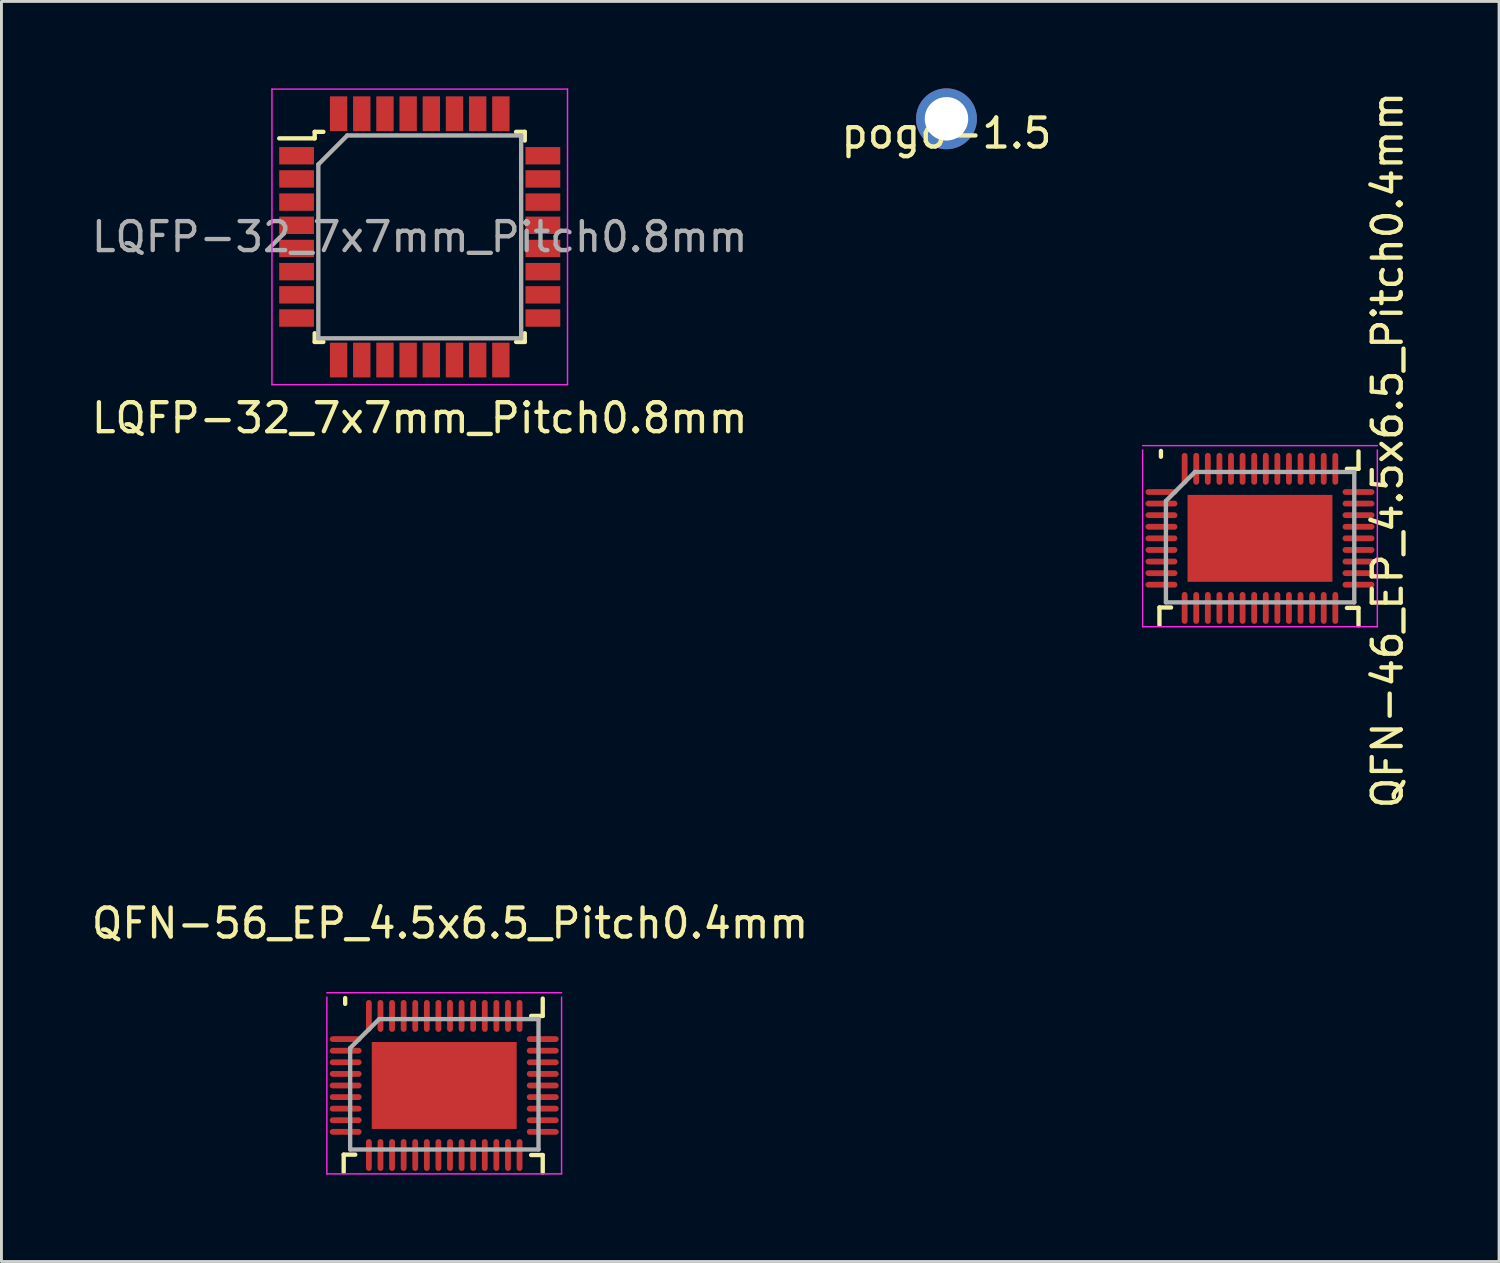
<source format=kicad_pcb>
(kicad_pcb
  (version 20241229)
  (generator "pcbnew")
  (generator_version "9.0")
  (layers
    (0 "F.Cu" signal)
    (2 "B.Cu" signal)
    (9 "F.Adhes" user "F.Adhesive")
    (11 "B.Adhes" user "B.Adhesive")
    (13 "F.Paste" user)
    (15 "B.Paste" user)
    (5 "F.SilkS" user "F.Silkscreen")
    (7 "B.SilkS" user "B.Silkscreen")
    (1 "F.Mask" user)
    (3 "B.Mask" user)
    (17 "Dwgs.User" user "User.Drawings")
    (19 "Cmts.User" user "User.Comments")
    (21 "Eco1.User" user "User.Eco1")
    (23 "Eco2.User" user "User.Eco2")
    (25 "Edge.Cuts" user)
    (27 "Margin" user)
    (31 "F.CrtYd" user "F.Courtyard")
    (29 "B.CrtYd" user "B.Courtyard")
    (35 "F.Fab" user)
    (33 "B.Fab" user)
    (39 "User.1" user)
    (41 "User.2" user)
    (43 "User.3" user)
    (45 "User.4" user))
  (footprint "QFN-46_EP_4.5x6.5_Pitch0.4mm"
    (layer "F.Cu")
    (at 40.434 15.532)
    (property "Reference" "QFN-46_EP_4.5x6.5_Pitch0.4mm" (at 4.4 -3.05 270) (layer "F.SilkS") (effects (font (size 1 1) (thickness 0.15))))
    (attr smd)
    (fp_line (start -3.471 2.383) (end -3.071 2.383) (stroke (width 0.15) (type solid)) (layer "F.SilkS"))
    (fp_line (start -3.471 2.983) (end -3.471 2.383) (stroke (width 0.15) (type solid)) (layer "F.SilkS"))
    (fp_line (start -3.42 -2.82) (end -3.42 -3.02) (stroke (width 0.15) (type solid)) (layer "F.SilkS"))
    (fp_line (start 3.398 -3.003) (end 3.398 -2.403) (stroke (width 0.15) (type solid)) (layer "F.SilkS"))
    (fp_line (start 3.398 -2.403) (end 2.998 -2.403) (stroke (width 0.15) (type solid)) (layer "F.SilkS"))
    (fp_line (start 3.398 2.397) (end 2.998 2.397) (stroke (width 0.15) (type solid)) (layer "F.SilkS"))
    (fp_line (start 3.398 2.997) (end 3.398 2.397) (stroke (width 0.15) (type solid)) (layer "F.SilkS"))
    (fp_line (start -4.052 -3.203) (end 4.048 -3.203) (stroke (width 0.05) (type solid)) (layer "F.CrtYd"))
    (fp_line (start -4.052 3.047) (end -4.052 -3.053) (stroke (width 0.05) (type solid)) (layer "F.CrtYd"))
    (fp_line (start 4.048 -3.053) (end 4.048 3.047) (stroke (width 0.05) (type solid)) (layer "F.CrtYd"))
    (fp_line (start 4.048 3.047) (end -4.052 3.047) (stroke (width 0.05) (type solid)) (layer "F.CrtYd"))
    (fp_line (start -3.248 -1.294) (end -2.248 -2.294) (stroke (width 0.15) (type solid)) (layer "F.Fab"))
    (fp_line (start -3.248 2.206) (end -3.248 -1.294) (stroke (width 0.15) (type solid)) (layer "F.Fab"))
    (fp_line (start -2.248 -2.294) (end 3.252 -2.294) (stroke (width 0.15) (type solid)) (layer "F.Fab"))
    (fp_line (start 3.252 -2.294) (end 3.252 2.206) (stroke (width 0.15) (type solid)) (layer "F.Fab"))
    (fp_line (start 3.252 2.206) (end -3.248 2.206) (stroke (width 0.15) (type solid)) (layer "F.Fab"))
    (pad "1" smd oval (at -3.402 -1.603 90) (size 0.2 1.1) (layers "F.Cu" "F.Mask" "F.Paste"))
    (pad "2" smd oval (at -3.402 -1.203 90) (size 0.2 1.1) (layers "F.Cu" "F.Mask" "F.Paste"))
    (pad "3" smd oval (at -3.402 -0.803 90) (size 0.2 1.1) (layers "F.Cu" "F.Mask" "F.Paste"))
    (pad "4" smd oval (at -3.402 -0.403 90) (size 0.2 1.1) (layers "F.Cu" "F.Mask" "F.Paste"))
    (pad "5" smd oval (at -3.402 -0.003 90) (size 0.2 1.1) (layers "F.Cu" "F.Mask" "F.Paste"))
    (pad "6" smd oval (at -3.402 0.397 90) (size 0.2 1.1) (layers "F.Cu" "F.Mask" "F.Paste"))
    (pad "7" smd oval (at -3.402 0.797 90) (size 0.2 1.1) (layers "F.Cu" "F.Mask" "F.Paste"))
    (pad "8" smd oval (at -3.402 1.197 90) (size 0.2 1.1) (layers "F.Cu" "F.Mask" "F.Paste"))
    (pad "9" smd oval (at -3.402 1.597 90) (size 0.2 1.1) (layers "F.Cu" "F.Mask" "F.Paste"))
    (pad "10" smd oval (at -2.602 2.397 180) (size 0.2 1.1) (layers "F.Cu" "F.Mask" "F.Paste"))
    (pad "11" smd oval (at -2.202 2.397 180) (size 0.2 1.1) (layers "F.Cu" "F.Mask" "F.Paste"))
    (pad "12" smd oval (at -1.802 2.397 180) (size 0.2 1.1) (layers "F.Cu" "F.Mask" "F.Paste"))
    (pad "13" smd oval (at -1.402 2.397 180) (size 0.2 1.1) (layers "F.Cu" "F.Mask" "F.Paste"))
    (pad "14" smd oval (at -1.002 2.397 180) (size 0.2 1.1) (layers "F.Cu" "F.Mask" "F.Paste"))
    (pad "15" smd oval (at -0.602 2.397 180) (size 0.2 1.1) (layers "F.Cu" "F.Mask" "F.Paste"))
    (pad "16" smd oval (at -0.202 2.397 180) (size 0.2 1.1) (layers "F.Cu" "F.Mask" "F.Paste"))
    (pad "17" smd oval (at 0.198 2.397 180) (size 0.2 1.1) (layers "F.Cu" "F.Mask" "F.Paste"))
    (pad "18" smd oval (at 0.598 2.397 180) (size 0.2 1.1) (layers "F.Cu" "F.Mask" "F.Paste"))
    (pad "19" smd oval (at 0.998 2.397 180) (size 0.2 1.1) (layers "F.Cu" "F.Mask" "F.Paste"))
    (pad "20" smd oval (at 1.398 2.397 180) (size 0.2 1.1) (layers "F.Cu" "F.Mask" "F.Paste"))
    (pad "21" smd oval (at 1.798 2.397 180) (size 0.2 1.1) (layers "F.Cu" "F.Mask" "F.Paste"))
    (pad "22" smd oval (at 2.198 2.397 180) (size 0.2 1.1) (layers "F.Cu" "F.Mask" "F.Paste"))
    (pad "23" smd oval (at 2.598 2.397 180) (size 0.2 1.1) (layers "F.Cu" "F.Mask" "F.Paste"))
    (pad "24" smd oval (at 3.398 1.597 90) (size 0.2 1.1) (layers "F.Cu" "F.Mask" "F.Paste"))
    (pad "25" smd oval (at 3.398 1.197 90) (size 0.2 1.1) (layers "F.Cu" "F.Mask" "F.Paste"))
    (pad "26" smd oval (at 3.398 0.797 90) (size 0.2 1.1) (layers "F.Cu" "F.Mask" "F.Paste"))
    (pad "27" smd oval (at 3.398 0.397 90) (size 0.2 1.1) (layers "F.Cu" "F.Mask" "F.Paste"))
    (pad "28" smd oval (at 3.398 -0.003 90) (size 0.2 1.1) (layers "F.Cu" "F.Mask" "F.Paste"))
    (pad "29" smd oval (at 3.398 -0.403 90) (size 0.2 1.1) (layers "F.Cu" "F.Mask" "F.Paste"))
    (pad "30" smd oval (at 3.398 -0.803 90) (size 0.2 1.1) (layers "F.Cu" "F.Mask" "F.Paste"))
    (pad "31" smd oval (at 3.398 -1.203 90) (size 0.2 1.1) (layers "F.Cu" "F.Mask" "F.Paste"))
    (pad "32" smd oval (at 3.398 -1.603 90) (size 0.2 1.1) (layers "F.Cu" "F.Mask" "F.Paste"))
    (pad "33" smd oval (at 2.598 -2.403 180) (size 0.2 1.1) (layers "F.Cu" "F.Mask" "F.Paste"))
    (pad "34" smd oval (at 2.198 -2.403 180) (size 0.2 1.1) (layers "F.Cu" "F.Mask" "F.Paste"))
    (pad "35" smd oval (at 1.798 -2.403 180) (size 0.2 1.1) (layers "F.Cu" "F.Mask" "F.Paste"))
    (pad "36" smd oval (at 1.398 -2.403 180) (size 0.2 1.1) (layers "F.Cu" "F.Mask" "F.Paste"))
    (pad "37" smd oval (at 0.998 -2.403 180) (size 0.2 1.1) (layers "F.Cu" "F.Mask" "F.Paste"))
    (pad "38" smd oval (at 0.598 -2.403 180) (size 0.2 1.1) (layers "F.Cu" "F.Mask" "F.Paste"))
    (pad "39" smd oval (at 0.198 -2.403 180) (size 0.2 1.1) (layers "F.Cu" "F.Mask" "F.Paste"))
    (pad "40" smd oval (at -0.202 -2.403 180) (size 0.2 1.1) (layers "F.Cu" "F.Mask" "F.Paste"))
    (pad "41" smd oval (at -0.602 -2.403 180) (size 0.2 1.1) (layers "F.Cu" "F.Mask" "F.Paste"))
    (pad "42" smd oval (at -1.002 -2.403 180) (size 0.2 1.1) (layers "F.Cu" "F.Mask" "F.Paste"))
    (pad "43" smd oval (at -1.402 -2.403 180) (size 0.2 1.1) (layers "F.Cu" "F.Mask" "F.Paste"))
    (pad "44" smd oval (at -1.802 -2.403 180) (size 0.2 1.1) (layers "F.Cu" "F.Mask" "F.Paste"))
    (pad "45" smd oval (at -2.202 -2.403 180) (size 0.2 1.1) (layers "F.Cu" "F.Mask" "F.Paste"))
    (pad "46" smd oval (at -2.602 -2.403 180) (size 0.2 1.1) (layers "F.Cu" "F.Mask" "F.Paste"))
    (pad "47" smd rect (at -0.002 -0.003 90) (size 3 5) (layers "F.Cu" "F.Mask" "F.Paste")))
  (footprint "pogo-1.5"
    (layer "F.Cu")
    (at 29.613 1.05)
    (property "Reference" "pogo-1.5" (at 0 0.5 0) (layer "F.SilkS") (effects (font (size 1 1) (thickness 0.15))))
    (attr through_hole)
    (pad "1" thru_hole circle (at 0 0) (size 2.1 2.1) (drill 1.5) (layers "*.Cu" "*.Mask")))
  (footprint "LQFP-32_7x7mm_Pitch0.8mm"
    (layer "F.Cu")
    (at 11.435 5.125)
    (property "Reference" "LQFP-32_7x7mm_Pitch0.8mm" (at 0 6.25 0) (layer "F.SilkS") (effects (font (size 1 1) (thickness 0.15))))
    (attr smd)
    (fp_line (start -3.625 -3.625) (end -3.625 -3.4) (stroke (width 0.15) (type solid)) (layer "F.SilkS"))
    (fp_line (start -3.625 -3.625) (end -3.325 -3.625) (stroke (width 0.15) (type solid)) (layer "F.SilkS"))
    (fp_line (start -3.625 -3.4) (end -4.85 -3.4) (stroke (width 0.15) (type solid)) (layer "F.SilkS"))
    (fp_line (start -3.625 3.625) (end -3.625 3.325) (stroke (width 0.15) (type solid)) (layer "F.SilkS"))
    (fp_line (start -3.625 3.625) (end -3.325 3.625) (stroke (width 0.15) (type solid)) (layer "F.SilkS"))
    (fp_line (start 3.625 -3.625) (end 3.325 -3.625) (stroke (width 0.15) (type solid)) (layer "F.SilkS"))
    (fp_line (start 3.625 -3.625) (end 3.625 -3.325) (stroke (width 0.15) (type solid)) (layer "F.SilkS"))
    (fp_line (start 3.625 3.625) (end 3.325 3.625) (stroke (width 0.15) (type solid)) (layer "F.SilkS"))
    (fp_line (start 3.625 3.625) (end 3.625 3.325) (stroke (width 0.15) (type solid)) (layer "F.SilkS"))
    (fp_line (start -5.1 -5.1) (end -5.1 5.1) (stroke (width 0.05) (type solid)) (layer "F.CrtYd"))
    (fp_line (start -5.1 -5.1) (end 5.1 -5.1) (stroke (width 0.05) (type solid)) (layer "F.CrtYd"))
    (fp_line (start -5.1 5.1) (end 5.1 5.1) (stroke (width 0.05) (type solid)) (layer "F.CrtYd"))
    (fp_line (start 5.1 -5.1) (end 5.1 5.1) (stroke (width 0.05) (type solid)) (layer "F.CrtYd"))
    (fp_line (start -3.5 -2.5) (end -2.5 -3.5) (stroke (width 0.15) (type solid)) (layer "F.Fab"))
    (fp_line (start -3.5 3.5) (end -3.5 -2.5) (stroke (width 0.15) (type solid)) (layer "F.Fab"))
    (fp_line (start -2.5 -3.5) (end 3.5 -3.5) (stroke (width 0.15) (type solid)) (layer "F.Fab"))
    (fp_line (start 3.5 -3.5) (end 3.5 3.5) (stroke (width 0.15) (type solid)) (layer "F.Fab"))
    (fp_line (start 3.5 3.5) (end -3.5 3.5) (stroke (width 0.15) (type solid)) (layer "F.Fab"))
    (fp_text user "${REFERENCE}" (at 0 0 0) (layer "F.Fab") (effects (font (size 1 1) (thickness 0.15))))
    (pad "1" smd rect (at -4.25 -2.8) (size 1.2 0.6) (layers "F.Cu" "F.Mask" "F.Paste"))
    (pad "2" smd rect (at -4.25 -2) (size 1.2 0.6) (layers "F.Cu" "F.Mask" "F.Paste"))
    (pad "3" smd rect (at -4.25 -1.2) (size 1.2 0.6) (layers "F.Cu" "F.Mask" "F.Paste"))
    (pad "4" smd rect (at -4.25 -0.4) (size 1.2 0.6) (layers "F.Cu" "F.Mask" "F.Paste"))
    (pad "5" smd rect (at -4.25 0.4) (size 1.2 0.6) (layers "F.Cu" "F.Mask" "F.Paste"))
    (pad "6" smd rect (at -4.25 1.2) (size 1.2 0.6) (layers "F.Cu" "F.Mask" "F.Paste"))
    (pad "7" smd rect (at -4.25 2) (size 1.2 0.6) (layers "F.Cu" "F.Mask" "F.Paste"))
    (pad "8" smd rect (at -4.25 2.8) (size 1.2 0.6) (layers "F.Cu" "F.Mask" "F.Paste"))
    (pad "9" smd rect (at -2.8 4.25 90) (size 1.2 0.6) (layers "F.Cu" "F.Mask" "F.Paste"))
    (pad "10" smd rect (at -2 4.25 90) (size 1.2 0.6) (layers "F.Cu" "F.Mask" "F.Paste"))
    (pad "11" smd rect (at -1.2 4.25 90) (size 1.2 0.6) (layers "F.Cu" "F.Mask" "F.Paste"))
    (pad "12" smd rect (at -0.4 4.25 90) (size 1.2 0.6) (layers "F.Cu" "F.Mask" "F.Paste"))
    (pad "13" smd rect (at 0.4 4.25 90) (size 1.2 0.6) (layers "F.Cu" "F.Mask" "F.Paste"))
    (pad "14" smd rect (at 1.2 4.25 90) (size 1.2 0.6) (layers "F.Cu" "F.Mask" "F.Paste"))
    (pad "15" smd rect (at 2 4.25 90) (size 1.2 0.6) (layers "F.Cu" "F.Mask" "F.Paste"))
    (pad "16" smd rect (at 2.8 4.25 90) (size 1.2 0.6) (layers "F.Cu" "F.Mask" "F.Paste"))
    (pad "17" smd rect (at 4.25 2.8) (size 1.2 0.6) (layers "F.Cu" "F.Mask" "F.Paste"))
    (pad "18" smd rect (at 4.25 2) (size 1.2 0.6) (layers "F.Cu" "F.Mask" "F.Paste"))
    (pad "19" smd rect (at 4.25 1.2) (size 1.2 0.6) (layers "F.Cu" "F.Mask" "F.Paste"))
    (pad "20" smd rect (at 4.25 0.4) (size 1.2 0.6) (layers "F.Cu" "F.Mask" "F.Paste"))
    (pad "21" smd rect (at 4.25 -0.4) (size 1.2 0.6) (layers "F.Cu" "F.Mask" "F.Paste"))
    (pad "22" smd rect (at 4.25 -1.2) (size 1.2 0.6) (layers "F.Cu" "F.Mask" "F.Paste"))
    (pad "23" smd rect (at 4.25 -2) (size 1.2 0.6) (layers "F.Cu" "F.Mask" "F.Paste"))
    (pad "24" smd rect (at 4.25 -2.8) (size 1.2 0.6) (layers "F.Cu" "F.Mask" "F.Paste"))
    (pad "25" smd rect (at 2.8 -4.25 90) (size 1.2 0.6) (layers "F.Cu" "F.Mask" "F.Paste"))
    (pad "26" smd rect (at 2 -4.25 90) (size 1.2 0.6) (layers "F.Cu" "F.Mask" "F.Paste"))
    (pad "27" smd rect (at 1.2 -4.25 90) (size 1.2 0.6) (layers "F.Cu" "F.Mask" "F.Paste"))
    (pad "28" smd rect (at 0.4 -4.25 90) (size 1.2 0.6) (layers "F.Cu" "F.Mask" "F.Paste"))
    (pad "29" smd rect (at -0.4 -4.25 90) (size 1.2 0.6) (layers "F.Cu" "F.Mask" "F.Paste"))
    (pad "30" smd rect (at -1.2 -4.25 90) (size 1.2 0.6) (layers "F.Cu" "F.Mask" "F.Paste"))
    (pad "31" smd rect (at -2 -4.25 90) (size 1.2 0.6) (layers "F.Cu" "F.Mask" "F.Paste"))
    (pad "32" smd rect (at -2.8 -4.25 90) (size 1.2 0.6) (layers "F.Cu" "F.Mask" "F.Paste")))
  (footprint "QFN-56_EP_4.5x6.5_Pitch0.4mm"
    (layer "F.Cu")
    (at 12.282 34.413)
    (property "Reference" "QFN-56_EP_4.5x6.5_Pitch0.4mm" (at 0.2 -5.6 0) (layer "F.SilkS") (effects (font (size 1 1) (thickness 0.15))))
    (attr smd)
    (fp_line (start -3.471 2.383) (end -3.071 2.383) (stroke (width 0.15) (type solid)) (layer "F.SilkS"))
    (fp_line (start -3.471 2.983) (end -3.471 2.383) (stroke (width 0.15) (type solid)) (layer "F.SilkS"))
    (fp_line (start -3.42 -2.82) (end -3.42 -3.02) (stroke (width 0.15) (type solid)) (layer "F.SilkS"))
    (fp_line (start 3.398 -3.003) (end 3.398 -2.403) (stroke (width 0.15) (type solid)) (layer "F.SilkS"))
    (fp_line (start 3.398 -2.403) (end 2.998 -2.403) (stroke (width 0.15) (type solid)) (layer "F.SilkS"))
    (fp_line (start 3.398 2.397) (end 2.998 2.397) (stroke (width 0.15) (type solid)) (layer "F.SilkS"))
    (fp_line (start 3.398 2.997) (end 3.398 2.397) (stroke (width 0.15) (type solid)) (layer "F.SilkS"))
    (fp_line (start -4.052 -3.203) (end 4.048 -3.203) (stroke (width 0.05) (type solid)) (layer "F.CrtYd"))
    (fp_line (start -4.052 3.047) (end -4.052 -3.053) (stroke (width 0.05) (type solid)) (layer "F.CrtYd"))
    (fp_line (start 4.048 -3.053) (end 4.048 3.047) (stroke (width 0.05) (type solid)) (layer "F.CrtYd"))
    (fp_line (start 4.048 3.047) (end -4.052 3.047) (stroke (width 0.05) (type solid)) (layer "F.CrtYd"))
    (fp_line (start -3.248 -1.294) (end -2.248 -2.294) (stroke (width 0.15) (type solid)) (layer "F.Fab"))
    (fp_line (start -3.248 2.206) (end -3.248 -1.294) (stroke (width 0.15) (type solid)) (layer "F.Fab"))
    (fp_line (start -2.248 -2.294) (end 3.252 -2.294) (stroke (width 0.15) (type solid)) (layer "F.Fab"))
    (fp_line (start 3.252 -2.294) (end 3.252 2.206) (stroke (width 0.15) (type solid)) (layer "F.Fab"))
    (fp_line (start 3.252 2.206) (end -3.248 2.206) (stroke (width 0.15) (type solid)) (layer "F.Fab"))
    (pad "1" smd oval (at -3.402 -1.603 90) (size 0.2 1.1) (layers "F.Cu" "F.Mask" "F.Paste"))
    (pad "2" smd oval (at -3.402 -1.203 90) (size 0.2 1.1) (layers "F.Cu" "F.Mask" "F.Paste"))
    (pad "3" smd oval (at -3.402 -0.803 90) (size 0.2 1.1) (layers "F.Cu" "F.Mask" "F.Paste"))
    (pad "4" smd oval (at -3.402 -0.403 90) (size 0.2 1.1) (layers "F.Cu" "F.Mask" "F.Paste"))
    (pad "5" smd oval (at -3.402 -0.003 90) (size 0.2 1.1) (layers "F.Cu" "F.Mask" "F.Paste"))
    (pad "6" smd oval (at -3.402 0.397 90) (size 0.2 1.1) (layers "F.Cu" "F.Mask" "F.Paste"))
    (pad "7" smd oval (at -3.402 0.797 90) (size 0.2 1.1) (layers "F.Cu" "F.Mask" "F.Paste"))
    (pad "8" smd oval (at -3.402 1.197 90) (size 0.2 1.1) (layers "F.Cu" "F.Mask" "F.Paste"))
    (pad "9" smd oval (at -3.402 1.597 90) (size 0.2 1.1) (layers "F.Cu" "F.Mask" "F.Paste"))
    (pad "10" smd oval (at -2.602 2.397 180) (size 0.2 1.1) (layers "F.Cu" "F.Mask" "F.Paste"))
    (pad "11" smd oval (at -2.202 2.397 180) (size 0.2 1.1) (layers "F.Cu" "F.Mask" "F.Paste"))
    (pad "12" smd oval (at -1.802 2.397 180) (size 0.2 1.1) (layers "F.Cu" "F.Mask" "F.Paste"))
    (pad "13" smd oval (at -1.402 2.397 180) (size 0.2 1.1) (layers "F.Cu" "F.Mask" "F.Paste"))
    (pad "14" smd oval (at -1.002 2.397 180) (size 0.2 1.1) (layers "F.Cu" "F.Mask" "F.Paste"))
    (pad "15" smd oval (at -0.602 2.397 180) (size 0.2 1.1) (layers "F.Cu" "F.Mask" "F.Paste"))
    (pad "16" smd oval (at -0.202 2.397 180) (size 0.2 1.1) (layers "F.Cu" "F.Mask" "F.Paste"))
    (pad "17" smd oval (at 0.198 2.397 180) (size 0.2 1.1) (layers "F.Cu" "F.Mask" "F.Paste"))
    (pad "18" smd oval (at 0.598 2.397 180) (size 0.2 1.1) (layers "F.Cu" "F.Mask" "F.Paste"))
    (pad "19" smd oval (at 0.998 2.397 180) (size 0.2 1.1) (layers "F.Cu" "F.Mask" "F.Paste"))
    (pad "20" smd oval (at 1.398 2.397 180) (size 0.2 1.1) (layers "F.Cu" "F.Mask" "F.Paste"))
    (pad "21" smd oval (at 1.798 2.397 180) (size 0.2 1.1) (layers "F.Cu" "F.Mask" "F.Paste"))
    (pad "22" smd oval (at 2.198 2.397 180) (size 0.2 1.1) (layers "F.Cu" "F.Mask" "F.Paste"))
    (pad "23" smd oval (at 2.598 2.397 180) (size 0.2 1.1) (layers "F.Cu" "F.Mask" "F.Paste"))
    (pad "24" smd oval (at 3.398 1.597 90) (size 0.2 1.1) (layers "F.Cu" "F.Mask" "F.Paste"))
    (pad "25" smd oval (at 3.398 1.197 90) (size 0.2 1.1) (layers "F.Cu" "F.Mask" "F.Paste"))
    (pad "26" smd oval (at 3.398 0.797 90) (size 0.2 1.1) (layers "F.Cu" "F.Mask" "F.Paste"))
    (pad "27" smd oval (at 3.398 0.397 90) (size 0.2 1.1) (layers "F.Cu" "F.Mask" "F.Paste"))
    (pad "28" smd oval (at 3.398 -0.003 90) (size 0.2 1.1) (layers "F.Cu" "F.Mask" "F.Paste"))
    (pad "29" smd oval (at 3.398 -0.403 90) (size 0.2 1.1) (layers "F.Cu" "F.Mask" "F.Paste"))
    (pad "30" smd oval (at 3.398 -0.803 90) (size 0.2 1.1) (layers "F.Cu" "F.Mask" "F.Paste"))
    (pad "31" smd oval (at 3.398 -1.203 90) (size 0.2 1.1) (layers "F.Cu" "F.Mask" "F.Paste"))
    (pad "32" smd oval (at 3.398 -1.603 90) (size 0.2 1.1) (layers "F.Cu" "F.Mask" "F.Paste"))
    (pad "33" smd oval (at 2.598 -2.403 180) (size 0.2 1.1) (layers "F.Cu" "F.Mask" "F.Paste"))
    (pad "34" smd oval (at 2.198 -2.403 180) (size 0.2 1.1) (layers "F.Cu" "F.Mask" "F.Paste"))
    (pad "35" smd oval (at 1.798 -2.403 180) (size 0.2 1.1) (layers "F.Cu" "F.Mask" "F.Paste"))
    (pad "36" smd oval (at 1.398 -2.403 180) (size 0.2 1.1) (layers "F.Cu" "F.Mask" "F.Paste"))
    (pad "37" smd oval (at 0.998 -2.403 180) (size 0.2 1.1) (layers "F.Cu" "F.Mask" "F.Paste"))
    (pad "38" smd oval (at 0.598 -2.403 180) (size 0.2 1.1) (layers "F.Cu" "F.Mask" "F.Paste"))
    (pad "39" smd oval (at 0.198 -2.403 180) (size 0.2 1.1) (layers "F.Cu" "F.Mask" "F.Paste"))
    (pad "40" smd oval (at -0.202 -2.403 180) (size 0.2 1.1) (layers "F.Cu" "F.Mask" "F.Paste"))
    (pad "41" smd oval (at -0.602 -2.403 180) (size 0.2 1.1) (layers "F.Cu" "F.Mask" "F.Paste"))
    (pad "42" smd oval (at -1.002 -2.403 180) (size 0.2 1.1) (layers "F.Cu" "F.Mask" "F.Paste"))
    (pad "43" smd oval (at -1.402 -2.403 180) (size 0.2 1.1) (layers "F.Cu" "F.Mask" "F.Paste"))
    (pad "44" smd oval (at -1.802 -2.403 180) (size 0.2 1.1) (layers "F.Cu" "F.Mask" "F.Paste"))
    (pad "45" smd oval (at -2.202 -2.403 180) (size 0.2 1.1) (layers "F.Cu" "F.Mask" "F.Paste"))
    (pad "46" smd oval (at -2.602 -2.403 180) (size 0.2 1.1) (layers "F.Cu" "F.Mask" "F.Paste"))
    (pad "47" smd rect (at -0.002 -0.003 90) (size 3 5) (layers "F.Cu" "F.Mask" "F.Paste")))
  (gr_rect
    (start -3 -3)
    (end 48.683 40.484)
    (stroke (width 0.1) (type default))
    (fill no)
    (layer "Edge.Cuts")))
</source>
